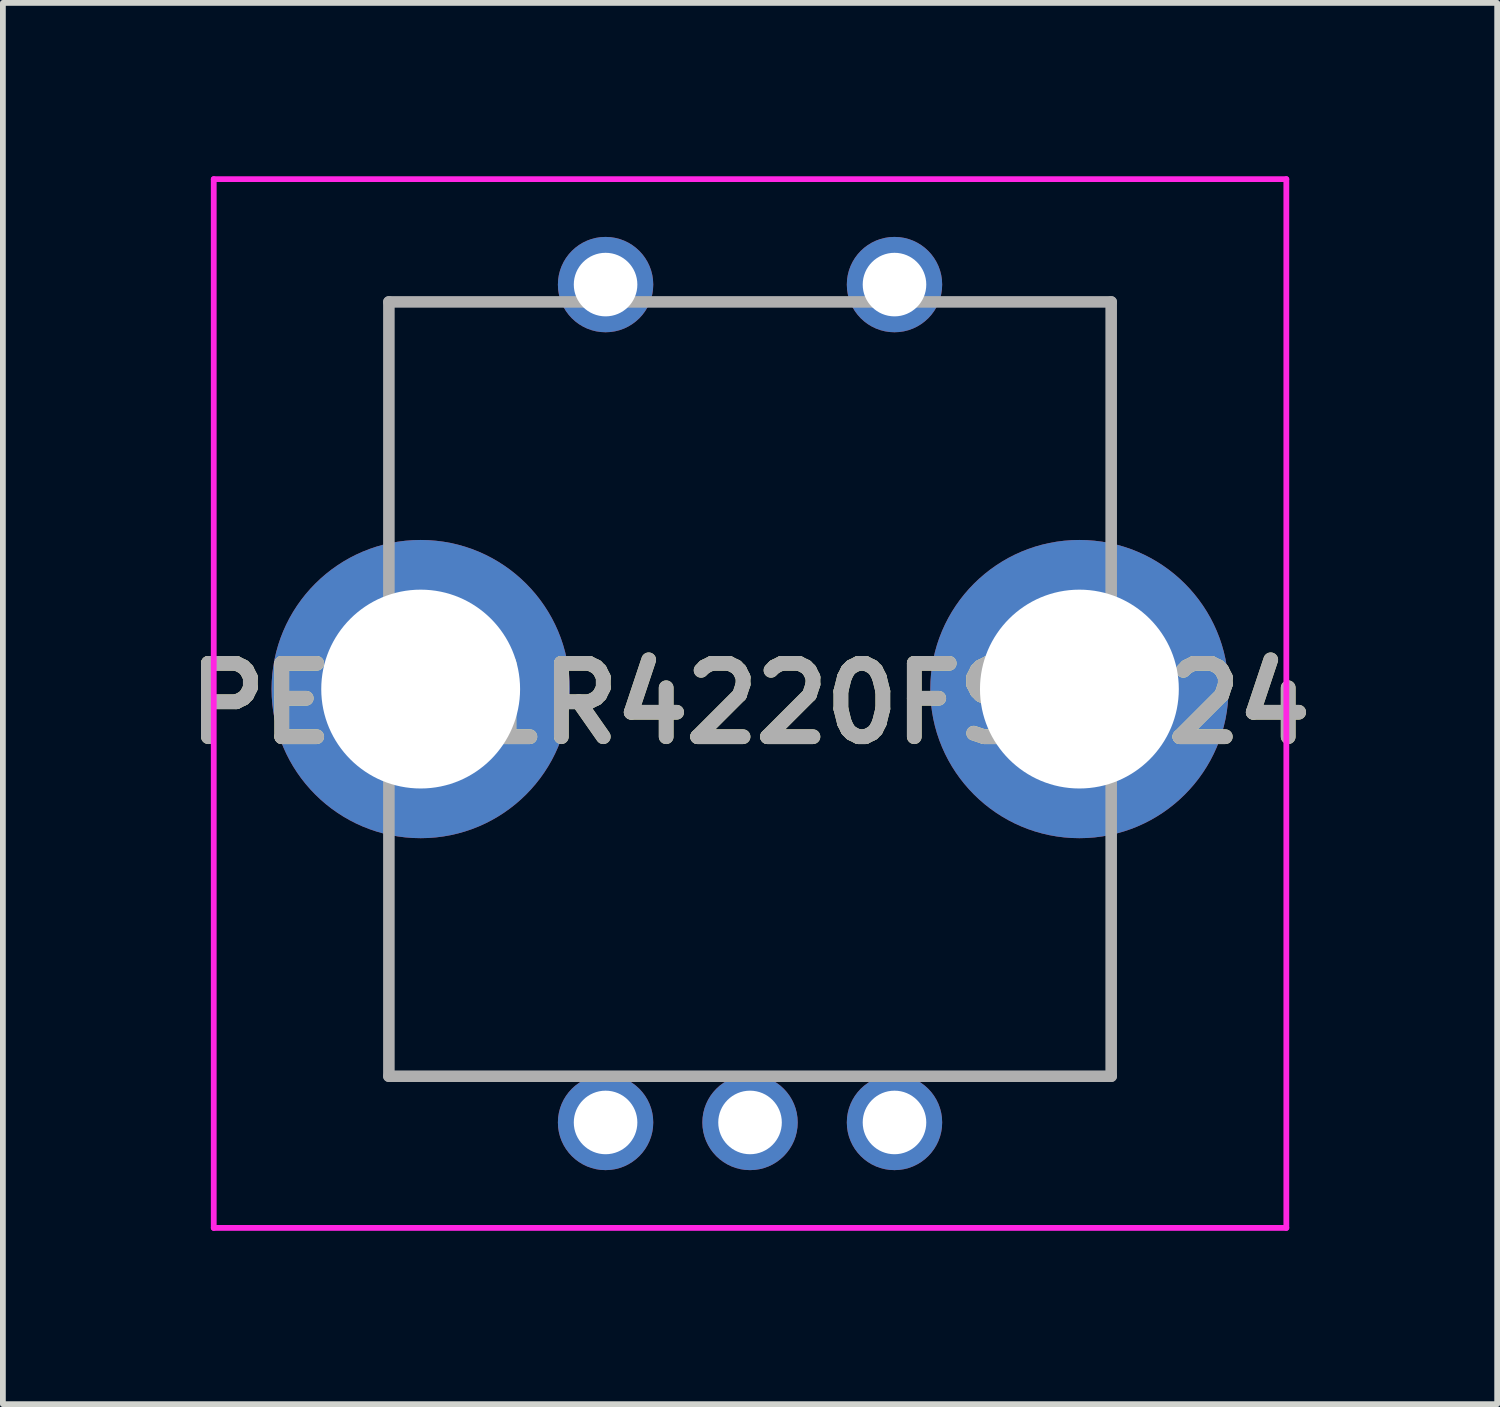
<source format=kicad_pcb>
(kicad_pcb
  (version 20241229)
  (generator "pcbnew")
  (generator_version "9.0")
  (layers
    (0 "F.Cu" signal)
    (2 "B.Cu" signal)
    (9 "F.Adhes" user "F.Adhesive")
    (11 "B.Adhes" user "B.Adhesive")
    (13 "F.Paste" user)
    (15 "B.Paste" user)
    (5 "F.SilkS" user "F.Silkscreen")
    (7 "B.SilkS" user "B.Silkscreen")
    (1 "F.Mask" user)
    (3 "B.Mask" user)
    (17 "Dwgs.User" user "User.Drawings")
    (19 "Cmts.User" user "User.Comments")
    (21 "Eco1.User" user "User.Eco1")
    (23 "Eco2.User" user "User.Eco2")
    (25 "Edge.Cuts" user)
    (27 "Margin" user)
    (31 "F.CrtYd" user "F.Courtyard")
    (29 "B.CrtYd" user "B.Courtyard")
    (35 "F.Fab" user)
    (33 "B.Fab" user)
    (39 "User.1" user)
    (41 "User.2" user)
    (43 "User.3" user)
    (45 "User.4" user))
  (footprint "PEC11R4220FS0024"
    (layer "F.Cu")
    (at 7.43 1.875)
    (property "Reference" "PEC11R4220FS0024" (at 2.5 7.25 0) (layer "F.SilkS") (effects (font (size 1.27 1.27) (thickness 0.254))))
    (attr through_hole)
    (fp_line (start -3.75 0.3) (end -1.5 0.3) (stroke (width 0.1) (type solid)) (layer "F.SilkS"))
    (fp_line (start -3.75 4) (end -3.75 0.3) (stroke (width 0.1) (type solid)) (layer "F.SilkS"))
    (fp_line (start -3.75 10) (end -3.75 13.7) (stroke (width 0.1) (type solid)) (layer "F.SilkS"))
    (fp_line (start -3.75 13.7) (end -1.5 13.7) (stroke (width 0.1) (type solid)) (layer "F.SilkS"))
    (fp_line (start 6.5 0.3) (end 8.75 0.3) (stroke (width 0.1) (type solid)) (layer "F.SilkS"))
    (fp_line (start 6.5 13.7) (end 8.75 13.7) (stroke (width 0.1) (type solid)) (layer "F.SilkS"))
    (fp_line (start 8.75 0.3) (end 8.75 4) (stroke (width 0.1) (type solid)) (layer "F.SilkS"))
    (fp_line (start 8.75 13.7) (end 8.75 10) (stroke (width 0.1) (type solid)) (layer "F.SilkS"))
    (fp_line (start -6.781 -1.825) (end 11.781 -1.825) (stroke (width 0.1) (type solid)) (layer "F.CrtYd"))
    (fp_line (start -6.781 16.325) (end -6.781 -1.825) (stroke (width 0.1) (type solid)) (layer "F.CrtYd"))
    (fp_line (start 11.781 -1.825) (end 11.781 16.325) (stroke (width 0.1) (type solid)) (layer "F.CrtYd"))
    (fp_line (start 11.781 16.325) (end -6.781 16.325) (stroke (width 0.1) (type solid)) (layer "F.CrtYd"))
    (fp_line (start -3.75 0.3) (end 8.75 0.3) (stroke (width 0.2) (type solid)) (layer "F.Fab"))
    (fp_line (start -3.75 13.7) (end -3.75 0.3) (stroke (width 0.2) (type solid)) (layer "F.Fab"))
    (fp_line (start 8.75 0.3) (end 8.75 13.7) (stroke (width 0.2) (type solid)) (layer "F.Fab"))
    (fp_line (start 8.75 13.7) (end -3.75 13.7) (stroke (width 0.2) (type solid)) (layer "F.Fab"))
    (fp_text user "${REFERENCE}" (at 2.5 7.25 0) (layer "F.Fab") (effects (font (size 1.27 1.27) (thickness 0.254))))
    (pad "1" thru_hole circle (at 0 0) (size 1.65 1.65) (drill 1.1) (layers "*.Cu" "*.Mask"))
    (pad "2" thru_hole circle (at 5 0) (size 1.65 1.65) (drill 1.1) (layers "*.Cu" "*.Mask"))
    (pad "A1" thru_hole circle (at 0 14.5) (size 1.65 1.65) (drill 1.1) (layers "*.Cu" "*.Mask"))
    (pad "B1" thru_hole circle (at 5 14.5) (size 1.65 1.65) (drill 1.1) (layers "*.Cu" "*.Mask"))
    (pad "C1" thru_hole circle (at 2.5 14.5) (size 1.65 1.65) (drill 1.1) (layers "*.Cu" "*.Mask"))
    (pad "MH1" thru_hole circle (at -3.2 7) (size 5.161 5.161) (drill 3.441) (layers "*.Cu" "*.Mask"))
    (pad "MH2" thru_hole circle (at 8.2 7) (size 5.161 5.161) (drill 3.441) (layers "*.Cu" "*.Mask")))
  (gr_rect
    (start -3 -3)
    (end 22.86 21.25)
    (stroke (width 0.1) (type default))
    (fill no)
    (layer "Edge.Cuts")))
</source>
